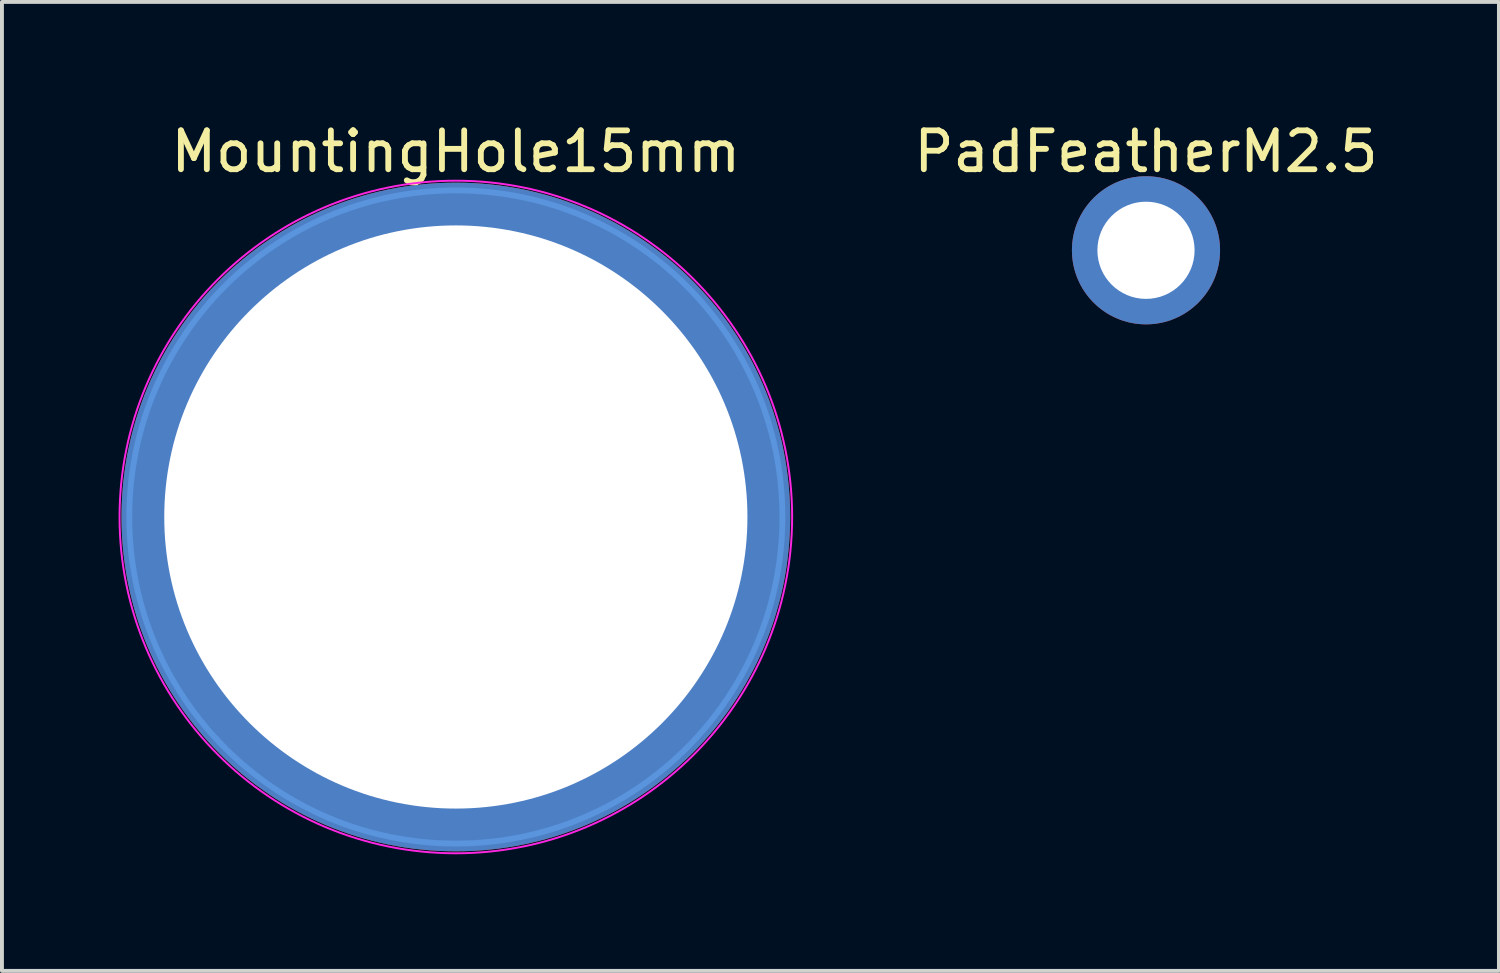
<source format=kicad_pcb>
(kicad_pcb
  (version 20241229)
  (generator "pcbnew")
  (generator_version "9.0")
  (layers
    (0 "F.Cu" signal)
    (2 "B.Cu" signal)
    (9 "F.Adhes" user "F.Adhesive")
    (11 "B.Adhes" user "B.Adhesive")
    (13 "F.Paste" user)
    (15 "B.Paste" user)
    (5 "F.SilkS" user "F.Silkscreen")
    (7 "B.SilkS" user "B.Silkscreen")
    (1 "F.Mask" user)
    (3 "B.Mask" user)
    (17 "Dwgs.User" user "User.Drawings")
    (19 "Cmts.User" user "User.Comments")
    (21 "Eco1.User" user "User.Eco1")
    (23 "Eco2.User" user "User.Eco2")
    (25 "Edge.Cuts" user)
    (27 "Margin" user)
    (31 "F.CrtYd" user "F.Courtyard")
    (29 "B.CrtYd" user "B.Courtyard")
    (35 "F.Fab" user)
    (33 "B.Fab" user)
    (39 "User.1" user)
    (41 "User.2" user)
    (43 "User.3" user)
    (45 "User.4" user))
  (footprint "MountingHole15mm"
    (layer "F.Cu")
    (at 8.675 10.248)
    (property "Reference" "MountingHole15mm" (at 0 -9.4 0) (layer "F.SilkS") (effects (font (size 1 1) (thickness 0.15))))
    (attr through_hole)
    (fp_circle (center 0 0) (end 8.4 0) (stroke (width 0.15) (type solid)) (fill no) (layer "Cmts.User"))
    (fp_circle (center 0 0) (end 8.65 0) (stroke (width 0.05) (type solid)) (fill no) (layer "F.CrtYd"))
    (fp_text user "${REFERENCE}" (at 0.3 0 0) (layer "F.Fab") (effects (font (size 1 1) (thickness 0.15))))
    (pad "1" thru_hole circle (at -6.3 0) (size 1.1 1.1) (drill 0.8) (layers "*.Cu" "*.Mask"))
    (pad "1" thru_hole circle (at -4.455 -4.455) (size 1.1 1.1) (drill 0.8) (layers "*.Cu" "*.Mask"))
    (pad "1" thru_hole circle (at -4.455 4.455) (size 1.1 1.1) (drill 0.8) (layers "*.Cu" "*.Mask"))
    (pad "1" thru_hole circle (at 0 -6.3) (size 1.1 1.1) (drill 0.8) (layers "*.Cu" "*.Mask"))
    (pad "1" thru_hole circle (at 0 0) (size 17.2 17.2) (drill 15) (layers "*.Cu" "*.Mask"))
    (pad "1" thru_hole circle (at 0 6.3) (size 1.1 1.1) (drill 0.8) (layers "*.Cu" "*.Mask"))
    (pad "1" thru_hole circle (at 4.455 -4.455) (size 1.1 1.1) (drill 0.8) (layers "*.Cu" "*.Mask"))
    (pad "1" thru_hole circle (at 4.455 4.455) (size 1.1 1.1) (drill 0.8) (layers "*.Cu" "*.Mask"))
    (pad "1" thru_hole circle (at 6.3 0) (size 1.1 1.1) (drill 0.8) (layers "*.Cu" "*.Mask")))
  (footprint "PadFeatherM2.5"
    (layer "F.Cu")
    (at 26.427 3.388)
    (property "Reference" "PadFeatherM2.5" (at 0 -2.54 0) (layer "F.SilkS") (effects (font (size 1 1) (thickness 0.15))))
    (attr through_hole)
    (pad "?" thru_hole circle (at 0 0) (size 3.81 3.81) (drill 2.5) (layers "*.Cu" "*.Mask")))
  (gr_rect
    (start -3 -3)
    (end 35.505 21.923)
    (stroke (width 0.1) (type default))
    (fill no)
    (layer "Edge.Cuts")))
</source>
